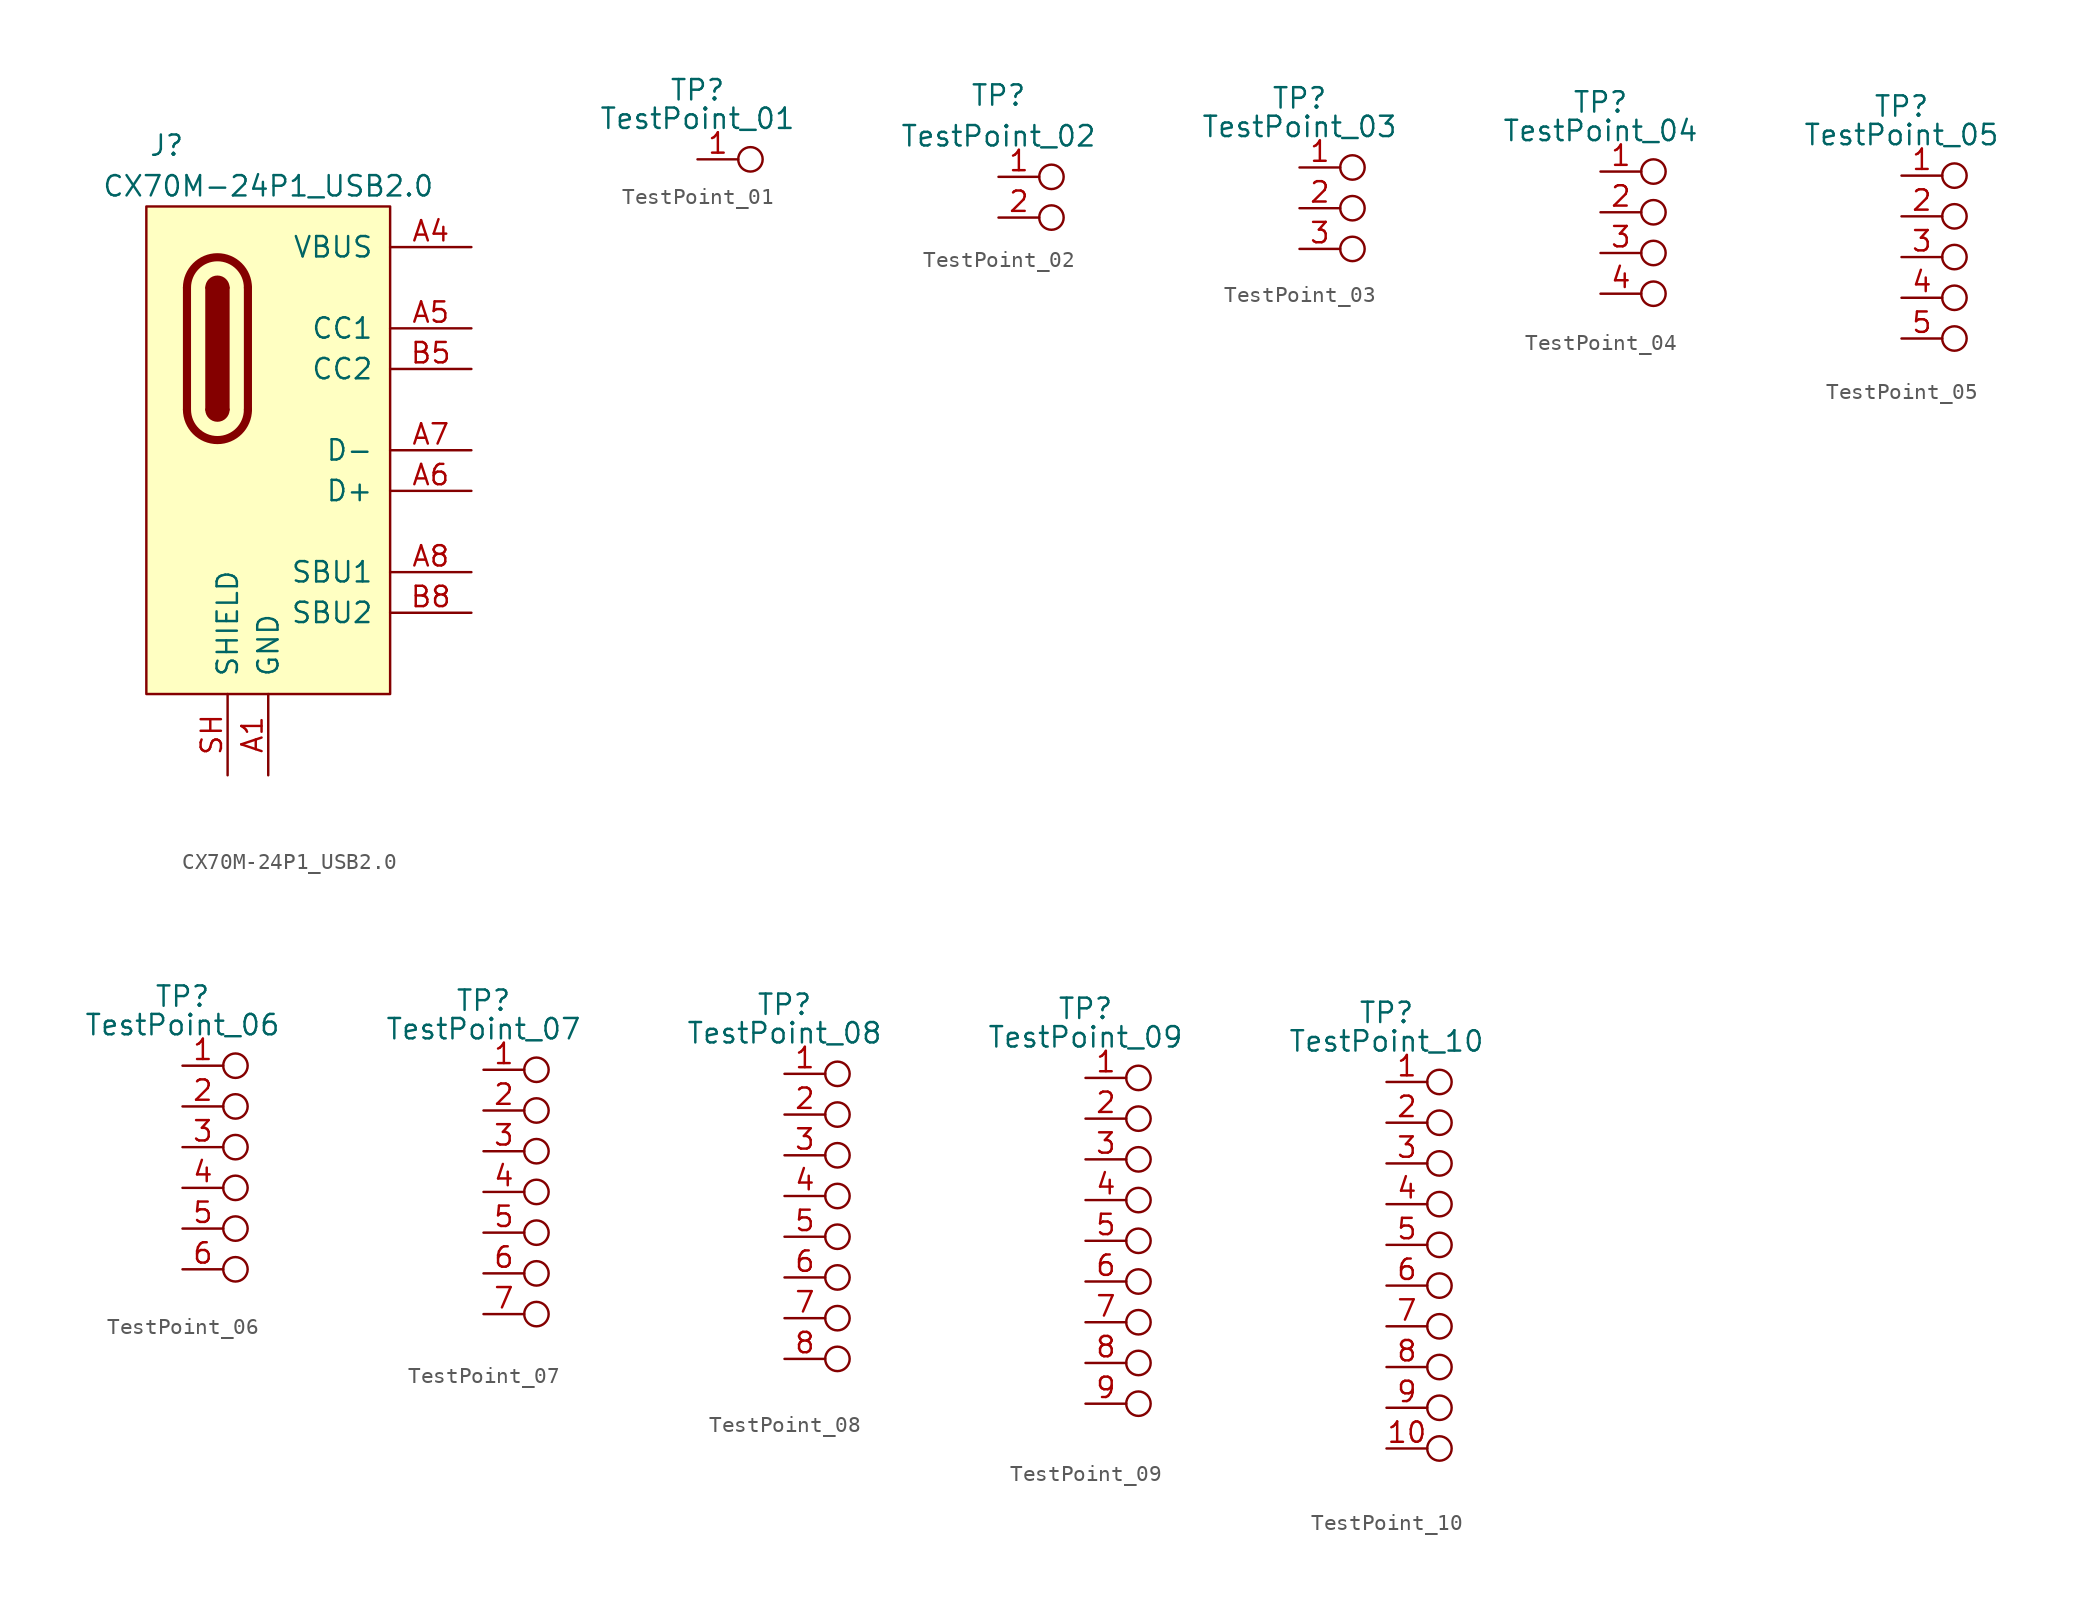
<source format=kicad_sym>
(kicad_symbol_lib
  (version 20211014)
  (generator kicad_symbol_editor)
  (symbol "CX70M-24P1_USB2.0"
    (pin_names
      (offset 1.016))
    (property "Reference" "J"
      (at -6.35 6.35 0)
      (effects (font (size 1.27 1.27))))
    (property "Value" "CX70M-24P1_USB2.0"
      (at 0 3.81 0)
      (effects (font (size 1.27 1.27))))
    (symbol "CX70M-24P1_USB2.0_0_1"
      (rectangle (start 7.62 2.54) (end -7.62 -27.94) (stroke (width 0) (type default) (color 0 0 0 0)) (fill (type background))))
    (symbol "CX70M-24P1_USB2.0_1_1"
      (arc (start -5.08 -10.16) (mid -3.175 -12.065) (end -1.27 -10.16) (stroke (width 0.508) (type default) (color 0 0 0 0)) (fill (type none)))
      (arc (start -3.81 -10.16) (mid -3.175 -10.795) (end -2.54 -10.16) (stroke (width 0.254) (type default) (color 0 0 0 0)) (fill (type outline)))
      (rectangle (start -3.81 -10.16) (end -2.54 -2.54) (stroke (width 0.254) (type default) (color 0 0 0 0)) (fill (type outline)))
      (arc (start -2.54 -2.54) (mid -3.175 -1.905) (end -3.81 -2.54) (stroke (width 0.254) (type default) (color 0 0 0 0)) (fill (type outline)))
      (arc (start -1.27 -2.54) (mid -3.175 -0.635) (end -5.08 -2.54) (stroke (width 0.508) (type default) (color 0 0 0 0)) (fill (type none)))
      (polyline (pts (xy -5.08 -10.16) (xy -5.08 -2.54)) (stroke (width 0.508) (type default) (color 0 0 0 0)) (fill (type none)))
      (polyline (pts (xy -1.27 -2.54) (xy -1.27 -10.16)) (stroke (width 0.508) (type default) (color 0 0 0 0)) (fill (type none)))
      (pin power_in line (at 0 -33.02 90) (length 5.08) (name "GND" (effects (font (size 1.27 1.27)))) (number "A1" (effects (font (size 1.27 1.27)))))
      (pin passive line (at 0 -33.02 90) (length 5.08) hide (name "GND" (effects (font (size 1.27 1.27)))) (number "A12" (effects (font (size 1.27 1.27)))))
      (pin power_in line (at 12.7 0 180) (length 5.08) (name "VBUS" (effects (font (size 1.27 1.27)))) (number "A4" (effects (font (size 1.27 1.27)))))
      (pin bidirectional line (at 12.7 -5.08 180) (length 5.08) (name "CC1" (effects (font (size 1.27 1.27)))) (number "A5" (effects (font (size 1.27 1.27)))))
      (pin bidirectional line (at 12.7 -15.24 180) (length 5.08) (name "D+" (effects (font (size 1.27 1.27)))) (number "A6" (effects (font (size 1.27 1.27)))))
      (pin bidirectional line (at 12.7 -12.7 180) (length 5.08) (name "D-" (effects (font (size 1.27 1.27)))) (number "A7" (effects (font (size 1.27 1.27)))))
      (pin bidirectional line (at 12.7 -20.32 180) (length 5.08) (name "SBU1" (effects (font (size 1.27 1.27)))) (number "A8" (effects (font (size 1.27 1.27)))))
      (pin passive line (at 12.7 0 180) (length 5.08) hide (name "VBUS" (effects (font (size 1.27 1.27)))) (number "A9" (effects (font (size 1.27 1.27)))))
      (pin passive line (at 0 -33.02 90) (length 5.08) hide (name "GND" (effects (font (size 1.27 1.27)))) (number "B1" (effects (font (size 1.27 1.27)))))
      (pin passive line (at 0 -33.02 90) (length 5.08) hide (name "GND" (effects (font (size 1.27 1.27)))) (number "B12" (effects (font (size 1.27 1.27)))))
      (pin passive line (at 12.7 0 180) (length 5.08) hide (name "VBUS" (effects (font (size 1.27 1.27)))) (number "B4" (effects (font (size 1.27 1.27)))))
      (pin bidirectional line (at 12.7 -7.62 180) (length 5.08) (name "CC2" (effects (font (size 1.27 1.27)))) (number "B5" (effects (font (size 1.27 1.27)))))
      (pin bidirectional line (at 12.7 -15.24 180) (length 5.08) hide (name "D+" (effects (font (size 1.27 1.27)))) (number "B6" (effects (font (size 1.27 1.27)))))
      (pin bidirectional line (at 12.7 -12.7 180) (length 5.08) hide (name "D-" (effects (font (size 1.27 1.27)))) (number "B7" (effects (font (size 1.27 1.27)))))
      (pin bidirectional line (at 12.7 -22.86 180) (length 5.08) (name "SBU2" (effects (font (size 1.27 1.27)))) (number "B8" (effects (font (size 1.27 1.27)))))
      (pin passive line (at 12.7 0 180) (length 5.08) hide (name "VBUS" (effects (font (size 1.27 1.27)))) (number "B9" (effects (font (size 1.27 1.27)))))
      (pin passive line (at -2.54 -33.02 90) (length 5.08) (name "SHIELD" (effects (font (size 1.27 1.27)))) (number "SH" (effects (font (size 1.27 1.27)))))))
  (symbol "TestPoint_01"
    (pin_names
      (offset 0.762) hide)
    (property "Reference" "TP"
      (at 0 4.318 0)
      (effects (font (size 1.27 1.27))))
    (property "Value" "TestPoint_01"
      (at 0 2.54 0)
      (effects (font (size 1.27 1.27))))
    (symbol "TestPoint_01_0_1"
      (circle (center 3.302 0) (radius 0.762) (stroke (width 0) (type default) (color 0 0 0 0)) (fill (type none))))
    (symbol "TestPoint_01_1_1"
      (pin passive line (at 0 0 0) (length 2.54) (name "1" (effects (font (size 1.27 1.27)))) (number "1" (effects (font (size 1.27 1.27)))))))
  (symbol "TestPoint_02"
    (pin_names
      (offset 0.762) hide)
    (property "Reference" "TP"
      (at 0 5.08 0)
      (effects (font (size 1.27 1.27))))
    (property "Value" "TestPoint_02"
      (at 0 2.54 0)
      (effects (font (size 1.27 1.27))))
    (symbol "TestPoint_02_0_1"
      (circle (center 3.302 0) (radius 0.762) (stroke (width 0) (type default) (color 0 0 0 0)) (fill (type none))))
    (symbol "TestPoint_02_1_1"
      (circle (center 3.302 -2.54) (radius 0.762) (stroke (width 0) (type default) (color 0 0 0 0)) (fill (type none)))
      (pin passive line (at 0 0 0) (length 2.54) (name "1" (effects (font (size 1.27 1.27)))) (number "1" (effects (font (size 1.27 1.27)))))
      (pin passive line (at 0 -2.54 0) (length 2.54) (name "2" (effects (font (size 1.27 1.27)))) (number "2" (effects (font (size 1.27 1.27)))))))
  (symbol "TestPoint_03"
    (pin_names
      (offset 0.762) hide)
    (property "Reference" "TP"
      (at 0 4.318 0)
      (effects (font (size 1.27 1.27))))
    (property "Value" "TestPoint_03"
      (at 0 2.54 0)
      (effects (font (size 1.27 1.27))))
    (symbol "TestPoint_03_0_1"
      (circle (center 3.302 0) (radius 0.762) (stroke (width 0) (type default) (color 0 0 0 0)) (fill (type none))))
    (symbol "TestPoint_03_1_1"
      (circle (center 3.302 -5.08) (radius 0.762) (stroke (width 0) (type default) (color 0 0 0 0)) (fill (type none)))
      (circle (center 3.302 -2.54) (radius 0.762) (stroke (width 0) (type default) (color 0 0 0 0)) (fill (type none)))
      (pin passive line (at 0 0 0) (length 2.54) (name "1" (effects (font (size 1.27 1.27)))) (number "1" (effects (font (size 1.27 1.27)))))
      (pin passive line (at 0 -2.54 0) (length 2.54) (name "2" (effects (font (size 1.27 1.27)))) (number "2" (effects (font (size 1.27 1.27)))))
      (pin passive line (at 0 -5.08 0) (length 2.54) (name "3" (effects (font (size 1.27 1.27)))) (number "3" (effects (font (size 1.27 1.27)))))))
  (symbol "TestPoint_04"
    (pin_names
      (offset 0.762) hide)
    (property "Reference" "TP"
      (at 0 4.318 0)
      (effects (font (size 1.27 1.27))))
    (property "Value" "TestPoint_04"
      (at 0 2.54 0)
      (effects (font (size 1.27 1.27))))
    (symbol "TestPoint_04_0_1"
      (circle (center 3.302 0) (radius 0.762) (stroke (width 0) (type default) (color 0 0 0 0)) (fill (type none))))
    (symbol "TestPoint_04_1_1"
      (circle (center 3.302 -7.62) (radius 0.762) (stroke (width 0) (type default) (color 0 0 0 0)) (fill (type none)))
      (circle (center 3.302 -5.08) (radius 0.762) (stroke (width 0) (type default) (color 0 0 0 0)) (fill (type none)))
      (circle (center 3.302 -2.54) (radius 0.762) (stroke (width 0) (type default) (color 0 0 0 0)) (fill (type none)))
      (pin passive line (at 0 0 0) (length 2.54) (name "1" (effects (font (size 1.27 1.27)))) (number "1" (effects (font (size 1.27 1.27)))))
      (pin passive line (at 0 -2.54 0) (length 2.54) (name "2" (effects (font (size 1.27 1.27)))) (number "2" (effects (font (size 1.27 1.27)))))
      (pin passive line (at 0 -5.08 0) (length 2.54) (name "3" (effects (font (size 1.27 1.27)))) (number "3" (effects (font (size 1.27 1.27)))))
      (pin passive line (at 0 -7.62 0) (length 2.54) (name "4" (effects (font (size 1.27 1.27)))) (number "4" (effects (font (size 1.27 1.27)))))))
  (symbol "TestPoint_05"
    (pin_names
      (offset 0.762) hide)
    (property "Reference" "TP"
      (at 0 4.318 0)
      (effects (font (size 1.27 1.27))))
    (property "Value" "TestPoint_05"
      (at 0 2.54 0)
      (effects (font (size 1.27 1.27))))
    (symbol "TestPoint_05_0_1"
      (circle (center 3.302 0) (radius 0.762) (stroke (width 0) (type default) (color 0 0 0 0)) (fill (type none))))
    (symbol "TestPoint_05_1_1"
      (circle (center 3.302 -10.16) (radius 0.762) (stroke (width 0) (type default) (color 0 0 0 0)) (fill (type none)))
      (circle (center 3.302 -7.62) (radius 0.762) (stroke (width 0) (type default) (color 0 0 0 0)) (fill (type none)))
      (circle (center 3.302 -5.08) (radius 0.762) (stroke (width 0) (type default) (color 0 0 0 0)) (fill (type none)))
      (circle (center 3.302 -2.54) (radius 0.762) (stroke (width 0) (type default) (color 0 0 0 0)) (fill (type none)))
      (pin passive line (at 0 0 0) (length 2.54) (name "1" (effects (font (size 1.27 1.27)))) (number "1" (effects (font (size 1.27 1.27)))))
      (pin passive line (at 0 -2.54 0) (length 2.54) (name "2" (effects (font (size 1.27 1.27)))) (number "2" (effects (font (size 1.27 1.27)))))
      (pin passive line (at 0 -5.08 0) (length 2.54) (name "3" (effects (font (size 1.27 1.27)))) (number "3" (effects (font (size 1.27 1.27)))))
      (pin passive line (at 0 -7.62 0) (length 2.54) (name "4" (effects (font (size 1.27 1.27)))) (number "4" (effects (font (size 1.27 1.27)))))
      (pin passive line (at 0 -10.16 0) (length 2.54) (name "5" (effects (font (size 1.27 1.27)))) (number "5" (effects (font (size 1.27 1.27)))))))
  (symbol "TestPoint_06"
    (pin_names
      (offset 0.762) hide)
    (property "Reference" "TP"
      (at 0 4.318 0)
      (effects (font (size 1.27 1.27))))
    (property "Value" "TestPoint_06"
      (at 0 2.54 0)
      (effects (font (size 1.27 1.27))))
    (symbol "TestPoint_06_0_1"
      (circle (center 3.302 0) (radius 0.762) (stroke (width 0) (type default) (color 0 0 0 0)) (fill (type none))))
    (symbol "TestPoint_06_1_1"
      (circle (center 3.302 -12.7) (radius 0.762) (stroke (width 0) (type default) (color 0 0 0 0)) (fill (type none)))
      (circle (center 3.302 -10.16) (radius 0.762) (stroke (width 0) (type default) (color 0 0 0 0)) (fill (type none)))
      (circle (center 3.302 -7.62) (radius 0.762) (stroke (width 0) (type default) (color 0 0 0 0)) (fill (type none)))
      (circle (center 3.302 -5.08) (radius 0.762) (stroke (width 0) (type default) (color 0 0 0 0)) (fill (type none)))
      (circle (center 3.302 -2.54) (radius 0.762) (stroke (width 0) (type default) (color 0 0 0 0)) (fill (type none)))
      (pin passive line (at 0 0 0) (length 2.54) (name "1" (effects (font (size 1.27 1.27)))) (number "1" (effects (font (size 1.27 1.27)))))
      (pin passive line (at 0 -2.54 0) (length 2.54) (name "2" (effects (font (size 1.27 1.27)))) (number "2" (effects (font (size 1.27 1.27)))))
      (pin passive line (at 0 -5.08 0) (length 2.54) (name "3" (effects (font (size 1.27 1.27)))) (number "3" (effects (font (size 1.27 1.27)))))
      (pin passive line (at 0 -7.62 0) (length 2.54) (name "4" (effects (font (size 1.27 1.27)))) (number "4" (effects (font (size 1.27 1.27)))))
      (pin passive line (at 0 -10.16 0) (length 2.54) (name "5" (effects (font (size 1.27 1.27)))) (number "5" (effects (font (size 1.27 1.27)))))
      (pin passive line (at 0 -12.7 0) (length 2.54) (name "6" (effects (font (size 1.27 1.27)))) (number "6" (effects (font (size 1.27 1.27)))))))
  (symbol "TestPoint_07"
    (pin_names
      (offset 0.762) hide)
    (property "Reference" "TP"
      (at 0 4.318 0)
      (effects (font (size 1.27 1.27))))
    (property "Value" "TestPoint_07"
      (at 0 2.54 0)
      (effects (font (size 1.27 1.27))))
    (symbol "TestPoint_07_0_1"
      (circle (center 3.302 0) (radius 0.762) (stroke (width 0) (type default) (color 0 0 0 0)) (fill (type none))))
    (symbol "TestPoint_07_1_1"
      (circle (center 3.302 -15.24) (radius 0.762) (stroke (width 0) (type default) (color 0 0 0 0)) (fill (type none)))
      (circle (center 3.302 -12.7) (radius 0.762) (stroke (width 0) (type default) (color 0 0 0 0)) (fill (type none)))
      (circle (center 3.302 -10.16) (radius 0.762) (stroke (width 0) (type default) (color 0 0 0 0)) (fill (type none)))
      (circle (center 3.302 -7.62) (radius 0.762) (stroke (width 0) (type default) (color 0 0 0 0)) (fill (type none)))
      (circle (center 3.302 -5.08) (radius 0.762) (stroke (width 0) (type default) (color 0 0 0 0)) (fill (type none)))
      (circle (center 3.302 -2.54) (radius 0.762) (stroke (width 0) (type default) (color 0 0 0 0)) (fill (type none)))
      (pin passive line (at 0 0 0) (length 2.54) (name "1" (effects (font (size 1.27 1.27)))) (number "1" (effects (font (size 1.27 1.27)))))
      (pin passive line (at 0 -2.54 0) (length 2.54) (name "2" (effects (font (size 1.27 1.27)))) (number "2" (effects (font (size 1.27 1.27)))))
      (pin passive line (at 0 -5.08 0) (length 2.54) (name "3" (effects (font (size 1.27 1.27)))) (number "3" (effects (font (size 1.27 1.27)))))
      (pin passive line (at 0 -7.62 0) (length 2.54) (name "4" (effects (font (size 1.27 1.27)))) (number "4" (effects (font (size 1.27 1.27)))))
      (pin passive line (at 0 -10.16 0) (length 2.54) (name "5" (effects (font (size 1.27 1.27)))) (number "5" (effects (font (size 1.27 1.27)))))
      (pin passive line (at 0 -12.7 0) (length 2.54) (name "6" (effects (font (size 1.27 1.27)))) (number "6" (effects (font (size 1.27 1.27)))))
      (pin passive line (at 0 -15.24 0) (length 2.54) (name "7" (effects (font (size 1.27 1.27)))) (number "7" (effects (font (size 1.27 1.27)))))))
  (symbol "TestPoint_08"
    (pin_names
      (offset 0.762) hide)
    (property "Reference" "TP"
      (at 0 4.318 0)
      (effects (font (size 1.27 1.27))))
    (property "Value" "TestPoint_08"
      (at 0 2.54 0)
      (effects (font (size 1.27 1.27))))
    (symbol "TestPoint_08_0_1"
      (circle (center 3.302 0) (radius 0.762) (stroke (width 0) (type default) (color 0 0 0 0)) (fill (type none))))
    (symbol "TestPoint_08_1_1"
      (circle (center 3.302 -17.78) (radius 0.762) (stroke (width 0) (type default) (color 0 0 0 0)) (fill (type none)))
      (circle (center 3.302 -15.24) (radius 0.762) (stroke (width 0) (type default) (color 0 0 0 0)) (fill (type none)))
      (circle (center 3.302 -12.7) (radius 0.762) (stroke (width 0) (type default) (color 0 0 0 0)) (fill (type none)))
      (circle (center 3.302 -10.16) (radius 0.762) (stroke (width 0) (type default) (color 0 0 0 0)) (fill (type none)))
      (circle (center 3.302 -7.62) (radius 0.762) (stroke (width 0) (type default) (color 0 0 0 0)) (fill (type none)))
      (circle (center 3.302 -5.08) (radius 0.762) (stroke (width 0) (type default) (color 0 0 0 0)) (fill (type none)))
      (circle (center 3.302 -2.54) (radius 0.762) (stroke (width 0) (type default) (color 0 0 0 0)) (fill (type none)))
      (pin passive line (at 0 0 0) (length 2.54) (name "1" (effects (font (size 1.27 1.27)))) (number "1" (effects (font (size 1.27 1.27)))))
      (pin passive line (at 0 -2.54 0) (length 2.54) (name "2" (effects (font (size 1.27 1.27)))) (number "2" (effects (font (size 1.27 1.27)))))
      (pin passive line (at 0 -5.08 0) (length 2.54) (name "3" (effects (font (size 1.27 1.27)))) (number "3" (effects (font (size 1.27 1.27)))))
      (pin passive line (at 0 -7.62 0) (length 2.54) (name "4" (effects (font (size 1.27 1.27)))) (number "4" (effects (font (size 1.27 1.27)))))
      (pin passive line (at 0 -10.16 0) (length 2.54) (name "5" (effects (font (size 1.27 1.27)))) (number "5" (effects (font (size 1.27 1.27)))))
      (pin passive line (at 0 -12.7 0) (length 2.54) (name "6" (effects (font (size 1.27 1.27)))) (number "6" (effects (font (size 1.27 1.27)))))
      (pin passive line (at 0 -15.24 0) (length 2.54) (name "7" (effects (font (size 1.27 1.27)))) (number "7" (effects (font (size 1.27 1.27)))))
      (pin passive line (at 0 -17.78 0) (length 2.54) (name "8" (effects (font (size 1.27 1.27)))) (number "8" (effects (font (size 1.27 1.27)))))))
  (symbol "TestPoint_09"
    (pin_names
      (offset 0.762) hide)
    (property "Reference" "TP"
      (at 0 4.318 0)
      (effects (font (size 1.27 1.27))))
    (property "Value" "TestPoint_09"
      (at 0 2.54 0)
      (effects (font (size 1.27 1.27))))
    (symbol "TestPoint_09_0_1"
      (circle (center 3.302 0) (radius 0.762) (stroke (width 0) (type default) (color 0 0 0 0)) (fill (type none))))
    (symbol "TestPoint_09_1_1"
      (circle (center 3.302 -20.32) (radius 0.762) (stroke (width 0) (type default) (color 0 0 0 0)) (fill (type none)))
      (circle (center 3.302 -17.78) (radius 0.762) (stroke (width 0) (type default) (color 0 0 0 0)) (fill (type none)))
      (circle (center 3.302 -15.24) (radius 0.762) (stroke (width 0) (type default) (color 0 0 0 0)) (fill (type none)))
      (circle (center 3.302 -12.7) (radius 0.762) (stroke (width 0) (type default) (color 0 0 0 0)) (fill (type none)))
      (circle (center 3.302 -10.16) (radius 0.762) (stroke (width 0) (type default) (color 0 0 0 0)) (fill (type none)))
      (circle (center 3.302 -7.62) (radius 0.762) (stroke (width 0) (type default) (color 0 0 0 0)) (fill (type none)))
      (circle (center 3.302 -5.08) (radius 0.762) (stroke (width 0) (type default) (color 0 0 0 0)) (fill (type none)))
      (circle (center 3.302 -2.54) (radius 0.762) (stroke (width 0) (type default) (color 0 0 0 0)) (fill (type none)))
      (pin passive line (at 0 0 0) (length 2.54) (name "1" (effects (font (size 1.27 1.27)))) (number "1" (effects (font (size 1.27 1.27)))))
      (pin passive line (at 0 -2.54 0) (length 2.54) (name "2" (effects (font (size 1.27 1.27)))) (number "2" (effects (font (size 1.27 1.27)))))
      (pin passive line (at 0 -5.08 0) (length 2.54) (name "3" (effects (font (size 1.27 1.27)))) (number "3" (effects (font (size 1.27 1.27)))))
      (pin passive line (at 0 -7.62 0) (length 2.54) (name "4" (effects (font (size 1.27 1.27)))) (number "4" (effects (font (size 1.27 1.27)))))
      (pin passive line (at 0 -10.16 0) (length 2.54) (name "5" (effects (font (size 1.27 1.27)))) (number "5" (effects (font (size 1.27 1.27)))))
      (pin passive line (at 0 -12.7 0) (length 2.54) (name "6" (effects (font (size 1.27 1.27)))) (number "6" (effects (font (size 1.27 1.27)))))
      (pin passive line (at 0 -15.24 0) (length 2.54) (name "7" (effects (font (size 1.27 1.27)))) (number "7" (effects (font (size 1.27 1.27)))))
      (pin passive line (at 0 -17.78 0) (length 2.54) (name "8" (effects (font (size 1.27 1.27)))) (number "8" (effects (font (size 1.27 1.27)))))
      (pin passive line (at 0 -20.32 0) (length 2.54) (name "9" (effects (font (size 1.27 1.27)))) (number "9" (effects (font (size 1.27 1.27)))))))
  (symbol "TestPoint_10"
    (pin_names
      (offset 0.762) hide)
    (property "Reference" "TP"
      (at 0 4.318 0)
      (effects (font (size 1.27 1.27))))
    (property "Value" "TestPoint_10"
      (at 0 2.54 0)
      (effects (font (size 1.27 1.27))))
    (symbol "TestPoint_10_0_1"
      (circle (center 3.302 0) (radius 0.762) (stroke (width 0) (type default) (color 0 0 0 0)) (fill (type none))))
    (symbol "TestPoint_10_1_1"
      (circle (center 3.302 -22.86) (radius 0.762) (stroke (width 0) (type default) (color 0 0 0 0)) (fill (type none)))
      (circle (center 3.302 -20.32) (radius 0.762) (stroke (width 0) (type default) (color 0 0 0 0)) (fill (type none)))
      (circle (center 3.302 -17.78) (radius 0.762) (stroke (width 0) (type default) (color 0 0 0 0)) (fill (type none)))
      (circle (center 3.302 -15.24) (radius 0.762) (stroke (width 0) (type default) (color 0 0 0 0)) (fill (type none)))
      (circle (center 3.302 -12.7) (radius 0.762) (stroke (width 0) (type default) (color 0 0 0 0)) (fill (type none)))
      (circle (center 3.302 -10.16) (radius 0.762) (stroke (width 0) (type default) (color 0 0 0 0)) (fill (type none)))
      (circle (center 3.302 -7.62) (radius 0.762) (stroke (width 0) (type default) (color 0 0 0 0)) (fill (type none)))
      (circle (center 3.302 -5.08) (radius 0.762) (stroke (width 0) (type default) (color 0 0 0 0)) (fill (type none)))
      (circle (center 3.302 -2.54) (radius 0.762) (stroke (width 0) (type default) (color 0 0 0 0)) (fill (type none)))
      (pin passive line (at 0 0 0) (length 2.54) (name "1" (effects (font (size 1.27 1.27)))) (number "1" (effects (font (size 1.27 1.27)))))
      (pin passive line (at 0 -22.86 0) (length 2.54) (name "10" (effects (font (size 1.27 1.27)))) (number "10" (effects (font (size 1.27 1.27)))))
      (pin passive line (at 0 -2.54 0) (length 2.54) (name "2" (effects (font (size 1.27 1.27)))) (number "2" (effects (font (size 1.27 1.27)))))
      (pin passive line (at 0 -5.08 0) (length 2.54) (name "3" (effects (font (size 1.27 1.27)))) (number "3" (effects (font (size 1.27 1.27)))))
      (pin passive line (at 0 -7.62 0) (length 2.54) (name "4" (effects (font (size 1.27 1.27)))) (number "4" (effects (font (size 1.27 1.27)))))
      (pin passive line (at 0 -10.16 0) (length 2.54) (name "5" (effects (font (size 1.27 1.27)))) (number "5" (effects (font (size 1.27 1.27)))))
      (pin passive line (at 0 -12.7 0) (length 2.54) (name "6" (effects (font (size 1.27 1.27)))) (number "6" (effects (font (size 1.27 1.27)))))
      (pin passive line (at 0 -15.24 0) (length 2.54) (name "7" (effects (font (size 1.27 1.27)))) (number "7" (effects (font (size 1.27 1.27)))))
      (pin passive line (at 0 -17.78 0) (length 2.54) (name "8" (effects (font (size 1.27 1.27)))) (number "8" (effects (font (size 1.27 1.27)))))
      (pin passive line (at 0 -20.32 0) (length 2.54) (name "9" (effects (font (size 1.27 1.27)))) (number "9" (effects (font (size 1.27 1.27))))))))
</source>
